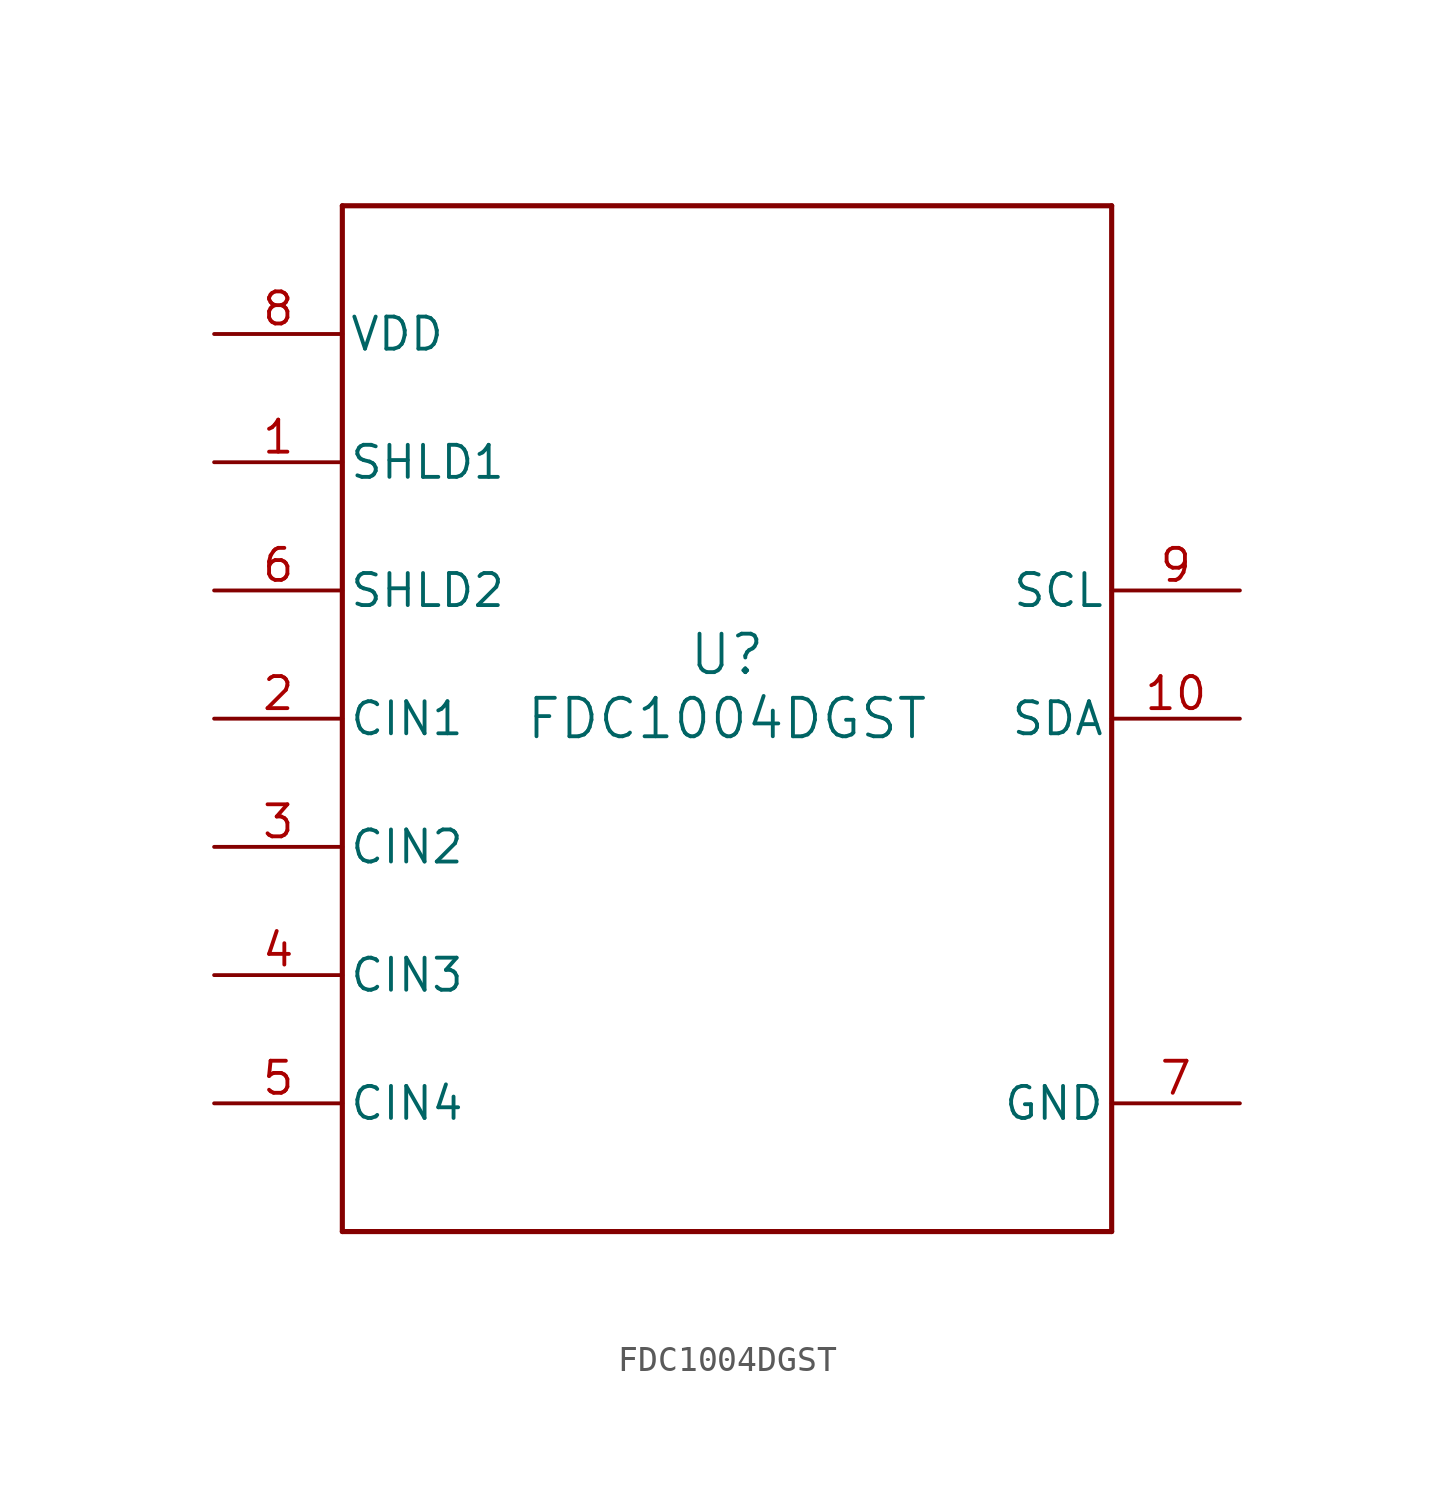
<source format=kicad_sym>
(kicad_symbol_lib
  (version 20211014)
  (generator kicad_symbol_editor)
  (symbol "FDC1004DGST"
    (pin_names
      (offset 0.254))
    (property "Reference" "U"
      (at 0 2.54 0)
      (effects (font (size 1.524 1.524))))
    (property "Value" "FDC1004DGST"
      (at 0 0 0)
      (effects (font (size 1.524 1.524))))
    (symbol "FDC1004DGST_0_1"
      (polyline (pts (xy -15.24 -20.32) (xy 15.24 -20.32)) (stroke (width 0.203) (type default) (color 0 0 0 0)) (fill (type none)))
      (polyline (pts (xy 15.24 -20.32) (xy 15.24 20.32)) (stroke (width 0.203) (type default) (color 0 0 0 0)) (fill (type none)))
      (polyline (pts (xy 15.24 20.32) (xy -15.24 20.32)) (stroke (width 0.203) (type default) (color 0 0 0 0)) (fill (type none)))
      (polyline (pts (xy -15.24 20.32) (xy -15.24 -20.32)) (stroke (width 0.203) (type default) (color 0 0 0 0)) (fill (type none)))
      (pin output line (at -20.32 10.16 0) (length 5.08) (name "SHLD1" (effects (font (size 1.27 1.27)))) (number "1" (effects (font (size 1.27 1.27)))))
      (pin input line (at -20.32 0 0) (length 5.08) (name "CIN1" (effects (font (size 1.27 1.27)))) (number "2" (effects (font (size 1.27 1.27)))))
      (pin input line (at -20.32 -5.08 0) (length 5.08) (name "CIN2" (effects (font (size 1.27 1.27)))) (number "3" (effects (font (size 1.27 1.27)))))
      (pin input line (at -20.32 -10.16 0) (length 5.08) (name "CIN3" (effects (font (size 1.27 1.27)))) (number "4" (effects (font (size 1.27 1.27)))))
      (pin input line (at -20.32 -15.24 0) (length 5.08) (name "CIN4" (effects (font (size 1.27 1.27)))) (number "5" (effects (font (size 1.27 1.27)))))
      (pin output line (at -20.32 5.08 0) (length 5.08) (name "SHLD2" (effects (font (size 1.27 1.27)))) (number "6" (effects (font (size 1.27 1.27)))))
      (pin power_in line (at 20.32 -15.24 180) (length 5.08) (name "GND" (effects (font (size 1.27 1.27)))) (number "7" (effects (font (size 1.27 1.27)))))
      (pin power_in line (at -20.32 15.24 0) (length 5.08) (name "VDD" (effects (font (size 1.27 1.27)))) (number "8" (effects (font (size 1.27 1.27)))))
      (pin input line (at 20.32 5.08 180) (length 5.08) (name "SCL" (effects (font (size 1.27 1.27)))) (number "9" (effects (font (size 1.27 1.27)))))
      (pin bidirectional line (at 20.32 0 180) (length 5.08) (name "SDA" (effects (font (size 1.27 1.27)))) (number "10" (effects (font (size 1.27 1.27))))))))
</source>
